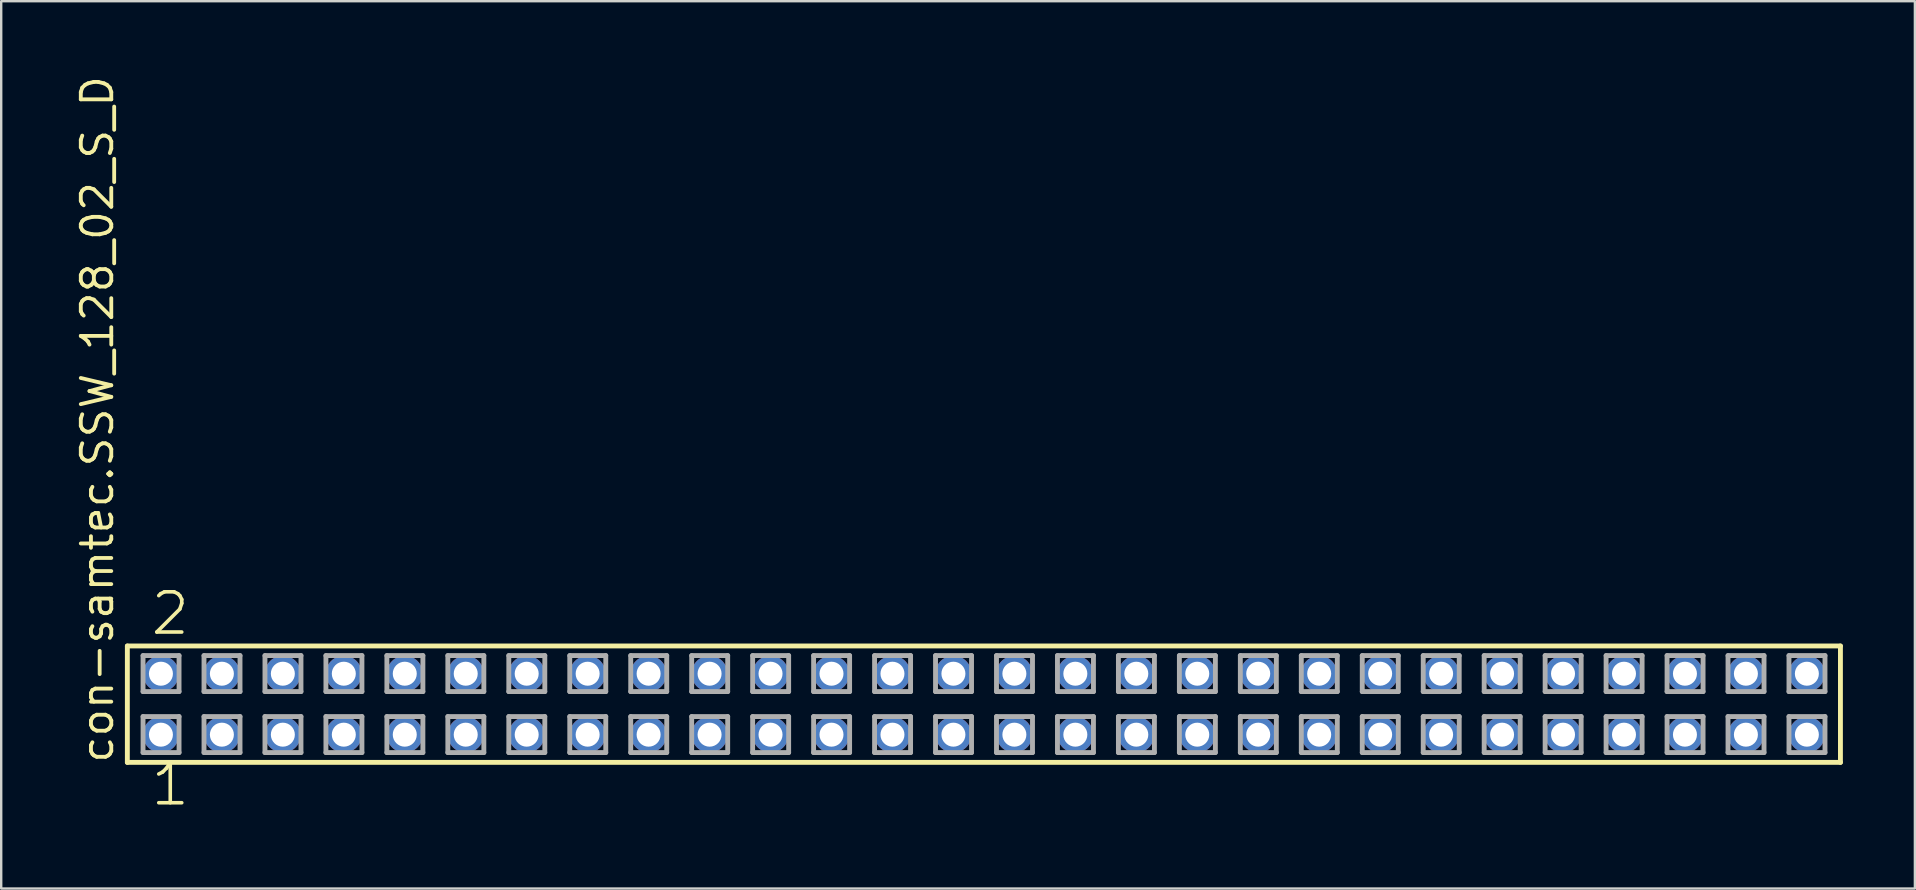
<source format=kicad_pcb>
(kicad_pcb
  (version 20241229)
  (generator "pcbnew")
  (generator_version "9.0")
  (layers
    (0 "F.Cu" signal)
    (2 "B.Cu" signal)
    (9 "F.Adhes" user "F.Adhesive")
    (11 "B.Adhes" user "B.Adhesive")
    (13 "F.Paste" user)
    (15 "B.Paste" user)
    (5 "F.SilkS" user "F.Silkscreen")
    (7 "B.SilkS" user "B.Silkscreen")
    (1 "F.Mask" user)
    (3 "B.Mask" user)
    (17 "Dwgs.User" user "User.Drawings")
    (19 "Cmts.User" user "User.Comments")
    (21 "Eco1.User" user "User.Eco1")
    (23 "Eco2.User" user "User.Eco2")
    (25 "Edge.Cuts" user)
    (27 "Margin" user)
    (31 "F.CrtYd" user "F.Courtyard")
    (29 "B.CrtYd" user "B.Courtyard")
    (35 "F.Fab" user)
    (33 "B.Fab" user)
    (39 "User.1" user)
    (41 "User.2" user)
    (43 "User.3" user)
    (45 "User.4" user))
  (footprint "con-samtec.SSW_128_02_S_D"
    (layer "F.Cu")
    (at 37.945 26.291)
    (property "Reference" "con-samtec.SSW_128_02_S_D" (at -36.195 2.54 90) (layer "F.SilkS") (effects (font (size 1.27 1.27) (thickness 0.16)) (justify left bottom)))
    (attr through_hole)
    (fp_line (start -35.689 -2.425) (end 35.689 -2.425) (stroke (width 0.203) (type default)) (layer "F.SilkS"))
    (fp_line (start -35.689 2.425) (end -35.689 -2.425) (stroke (width 0.203) (type default)) (layer "F.SilkS"))
    (fp_line (start 35.689 -2.425) (end 35.689 2.425) (stroke (width 0.203) (type default)) (layer "F.SilkS"))
    (fp_line (start 35.689 2.425) (end -35.689 2.425) (stroke (width 0.203) (type default)) (layer "F.SilkS"))
    (fp_line (start -35.035 -2.025) (end -33.535 -2.025) (stroke (width 0.203) (type default)) (layer "F.Fab"))
    (fp_line (start -35.035 -0.525) (end -35.035 -2.025) (stroke (width 0.203) (type default)) (layer "F.Fab"))
    (fp_line (start -35.035 0.515) (end -33.535 0.515) (stroke (width 0.203) (type default)) (layer "F.Fab"))
    (fp_line (start -35.035 2.015) (end -35.035 0.515) (stroke (width 0.203) (type default)) (layer "F.Fab"))
    (fp_line (start -33.535 -2.025) (end -33.535 -0.525) (stroke (width 0.203) (type default)) (layer "F.Fab"))
    (fp_line (start -33.535 -0.525) (end -35.035 -0.525) (stroke (width 0.203) (type default)) (layer "F.Fab"))
    (fp_line (start -33.535 0.515) (end -33.535 2.015) (stroke (width 0.203) (type default)) (layer "F.Fab"))
    (fp_line (start -33.535 2.015) (end -35.035 2.015) (stroke (width 0.203) (type default)) (layer "F.Fab"))
    (fp_line (start -32.495 -2.025) (end -30.995 -2.025) (stroke (width 0.203) (type default)) (layer "F.Fab"))
    (fp_line (start -32.495 -0.525) (end -32.495 -2.025) (stroke (width 0.203) (type default)) (layer "F.Fab"))
    (fp_line (start -32.495 0.515) (end -30.995 0.515) (stroke (width 0.203) (type default)) (layer "F.Fab"))
    (fp_line (start -32.495 2.015) (end -32.495 0.515) (stroke (width 0.203) (type default)) (layer "F.Fab"))
    (fp_line (start -30.995 -2.025) (end -30.995 -0.525) (stroke (width 0.203) (type default)) (layer "F.Fab"))
    (fp_line (start -30.995 -0.525) (end -32.495 -0.525) (stroke (width 0.203) (type default)) (layer "F.Fab"))
    (fp_line (start -30.995 0.515) (end -30.995 2.015) (stroke (width 0.203) (type default)) (layer "F.Fab"))
    (fp_line (start -30.995 2.015) (end -32.495 2.015) (stroke (width 0.203) (type default)) (layer "F.Fab"))
    (fp_line (start -29.955 -2.025) (end -28.455 -2.025) (stroke (width 0.203) (type default)) (layer "F.Fab"))
    (fp_line (start -29.955 -0.525) (end -29.955 -2.025) (stroke (width 0.203) (type default)) (layer "F.Fab"))
    (fp_line (start -29.955 0.515) (end -28.455 0.515) (stroke (width 0.203) (type default)) (layer "F.Fab"))
    (fp_line (start -29.955 2.015) (end -29.955 0.515) (stroke (width 0.203) (type default)) (layer "F.Fab"))
    (fp_line (start -28.455 -2.025) (end -28.455 -0.525) (stroke (width 0.203) (type default)) (layer "F.Fab"))
    (fp_line (start -28.455 -0.525) (end -29.955 -0.525) (stroke (width 0.203) (type default)) (layer "F.Fab"))
    (fp_line (start -28.455 0.515) (end -28.455 2.015) (stroke (width 0.203) (type default)) (layer "F.Fab"))
    (fp_line (start -28.455 2.015) (end -29.955 2.015) (stroke (width 0.203) (type default)) (layer "F.Fab"))
    (fp_line (start -27.415 -2.025) (end -25.915 -2.025) (stroke (width 0.203) (type default)) (layer "F.Fab"))
    (fp_line (start -27.415 -0.525) (end -27.415 -2.025) (stroke (width 0.203) (type default)) (layer "F.Fab"))
    (fp_line (start -27.415 0.515) (end -25.915 0.515) (stroke (width 0.203) (type default)) (layer "F.Fab"))
    (fp_line (start -27.415 2.015) (end -27.415 0.515) (stroke (width 0.203) (type default)) (layer "F.Fab"))
    (fp_line (start -25.915 -2.025) (end -25.915 -0.525) (stroke (width 0.203) (type default)) (layer "F.Fab"))
    (fp_line (start -25.915 -0.525) (end -27.415 -0.525) (stroke (width 0.203) (type default)) (layer "F.Fab"))
    (fp_line (start -25.915 0.515) (end -25.915 2.015) (stroke (width 0.203) (type default)) (layer "F.Fab"))
    (fp_line (start -25.915 2.015) (end -27.415 2.015) (stroke (width 0.203) (type default)) (layer "F.Fab"))
    (fp_line (start -24.875 -2.025) (end -23.375 -2.025) (stroke (width 0.203) (type default)) (layer "F.Fab"))
    (fp_line (start -24.875 -0.525) (end -24.875 -2.025) (stroke (width 0.203) (type default)) (layer "F.Fab"))
    (fp_line (start -24.875 0.515) (end -23.375 0.515) (stroke (width 0.203) (type default)) (layer "F.Fab"))
    (fp_line (start -24.875 2.015) (end -24.875 0.515) (stroke (width 0.203) (type default)) (layer "F.Fab"))
    (fp_line (start -23.375 -2.025) (end -23.375 -0.525) (stroke (width 0.203) (type default)) (layer "F.Fab"))
    (fp_line (start -23.375 -0.525) (end -24.875 -0.525) (stroke (width 0.203) (type default)) (layer "F.Fab"))
    (fp_line (start -23.375 0.515) (end -23.375 2.015) (stroke (width 0.203) (type default)) (layer "F.Fab"))
    (fp_line (start -23.375 2.015) (end -24.875 2.015) (stroke (width 0.203) (type default)) (layer "F.Fab"))
    (fp_line (start -22.335 -2.025) (end -20.835 -2.025) (stroke (width 0.203) (type default)) (layer "F.Fab"))
    (fp_line (start -22.335 -0.525) (end -22.335 -2.025) (stroke (width 0.203) (type default)) (layer "F.Fab"))
    (fp_line (start -22.335 0.515) (end -20.835 0.515) (stroke (width 0.203) (type default)) (layer "F.Fab"))
    (fp_line (start -22.335 2.015) (end -22.335 0.515) (stroke (width 0.203) (type default)) (layer "F.Fab"))
    (fp_line (start -20.835 -2.025) (end -20.835 -0.525) (stroke (width 0.203) (type default)) (layer "F.Fab"))
    (fp_line (start -20.835 -0.525) (end -22.335 -0.525) (stroke (width 0.203) (type default)) (layer "F.Fab"))
    (fp_line (start -20.835 0.515) (end -20.835 2.015) (stroke (width 0.203) (type default)) (layer "F.Fab"))
    (fp_line (start -20.835 2.015) (end -22.335 2.015) (stroke (width 0.203) (type default)) (layer "F.Fab"))
    (fp_line (start -19.795 -2.025) (end -18.295 -2.025) (stroke (width 0.203) (type default)) (layer "F.Fab"))
    (fp_line (start -19.795 -0.525) (end -19.795 -2.025) (stroke (width 0.203) (type default)) (layer "F.Fab"))
    (fp_line (start -19.795 0.515) (end -18.295 0.515) (stroke (width 0.203) (type default)) (layer "F.Fab"))
    (fp_line (start -19.795 2.015) (end -19.795 0.515) (stroke (width 0.203) (type default)) (layer "F.Fab"))
    (fp_line (start -18.295 -2.025) (end -18.295 -0.525) (stroke (width 0.203) (type default)) (layer "F.Fab"))
    (fp_line (start -18.295 -0.525) (end -19.795 -0.525) (stroke (width 0.203) (type default)) (layer "F.Fab"))
    (fp_line (start -18.295 0.515) (end -18.295 2.015) (stroke (width 0.203) (type default)) (layer "F.Fab"))
    (fp_line (start -18.295 2.015) (end -19.795 2.015) (stroke (width 0.203) (type default)) (layer "F.Fab"))
    (fp_line (start -17.255 -2.025) (end -15.755 -2.025) (stroke (width 0.203) (type default)) (layer "F.Fab"))
    (fp_line (start -17.255 -0.525) (end -17.255 -2.025) (stroke (width 0.203) (type default)) (layer "F.Fab"))
    (fp_line (start -17.255 0.515) (end -15.755 0.515) (stroke (width 0.203) (type default)) (layer "F.Fab"))
    (fp_line (start -17.255 2.015) (end -17.255 0.515) (stroke (width 0.203) (type default)) (layer "F.Fab"))
    (fp_line (start -15.755 -2.025) (end -15.755 -0.525) (stroke (width 0.203) (type default)) (layer "F.Fab"))
    (fp_line (start -15.755 -0.525) (end -17.255 -0.525) (stroke (width 0.203) (type default)) (layer "F.Fab"))
    (fp_line (start -15.755 0.515) (end -15.755 2.015) (stroke (width 0.203) (type default)) (layer "F.Fab"))
    (fp_line (start -15.755 2.015) (end -17.255 2.015) (stroke (width 0.203) (type default)) (layer "F.Fab"))
    (fp_line (start -14.715 -2.025) (end -13.215 -2.025) (stroke (width 0.203) (type default)) (layer "F.Fab"))
    (fp_line (start -14.715 -0.525) (end -14.715 -2.025) (stroke (width 0.203) (type default)) (layer "F.Fab"))
    (fp_line (start -14.715 0.515) (end -13.215 0.515) (stroke (width 0.203) (type default)) (layer "F.Fab"))
    (fp_line (start -14.715 2.015) (end -14.715 0.515) (stroke (width 0.203) (type default)) (layer "F.Fab"))
    (fp_line (start -13.215 -2.025) (end -13.215 -0.525) (stroke (width 0.203) (type default)) (layer "F.Fab"))
    (fp_line (start -13.215 -0.525) (end -14.715 -0.525) (stroke (width 0.203) (type default)) (layer "F.Fab"))
    (fp_line (start -13.215 0.515) (end -13.215 2.015) (stroke (width 0.203) (type default)) (layer "F.Fab"))
    (fp_line (start -13.215 2.015) (end -14.715 2.015) (stroke (width 0.203) (type default)) (layer "F.Fab"))
    (fp_line (start -12.175 -2.025) (end -10.675 -2.025) (stroke (width 0.203) (type default)) (layer "F.Fab"))
    (fp_line (start -12.175 -0.525) (end -12.175 -2.025) (stroke (width 0.203) (type default)) (layer "F.Fab"))
    (fp_line (start -12.175 0.515) (end -10.675 0.515) (stroke (width 0.203) (type default)) (layer "F.Fab"))
    (fp_line (start -12.175 2.015) (end -12.175 0.515) (stroke (width 0.203) (type default)) (layer "F.Fab"))
    (fp_line (start -10.675 -2.025) (end -10.675 -0.525) (stroke (width 0.203) (type default)) (layer "F.Fab"))
    (fp_line (start -10.675 -0.525) (end -12.175 -0.525) (stroke (width 0.203) (type default)) (layer "F.Fab"))
    (fp_line (start -10.675 0.515) (end -10.675 2.015) (stroke (width 0.203) (type default)) (layer "F.Fab"))
    (fp_line (start -10.675 2.015) (end -12.175 2.015) (stroke (width 0.203) (type default)) (layer "F.Fab"))
    (fp_line (start -9.635 -2.025) (end -8.135 -2.025) (stroke (width 0.203) (type default)) (layer "F.Fab"))
    (fp_line (start -9.635 -0.525) (end -9.635 -2.025) (stroke (width 0.203) (type default)) (layer "F.Fab"))
    (fp_line (start -9.635 0.515) (end -8.135 0.515) (stroke (width 0.203) (type default)) (layer "F.Fab"))
    (fp_line (start -9.635 2.015) (end -9.635 0.515) (stroke (width 0.203) (type default)) (layer "F.Fab"))
    (fp_line (start -8.135 -2.025) (end -8.135 -0.525) (stroke (width 0.203) (type default)) (layer "F.Fab"))
    (fp_line (start -8.135 -0.525) (end -9.635 -0.525) (stroke (width 0.203) (type default)) (layer "F.Fab"))
    (fp_line (start -8.135 0.515) (end -8.135 2.015) (stroke (width 0.203) (type default)) (layer "F.Fab"))
    (fp_line (start -8.135 2.015) (end -9.635 2.015) (stroke (width 0.203) (type default)) (layer "F.Fab"))
    (fp_line (start -7.095 -2.025) (end -5.595 -2.025) (stroke (width 0.203) (type default)) (layer "F.Fab"))
    (fp_line (start -7.095 -0.525) (end -7.095 -2.025) (stroke (width 0.203) (type default)) (layer "F.Fab"))
    (fp_line (start -7.095 0.515) (end -5.595 0.515) (stroke (width 0.203) (type default)) (layer "F.Fab"))
    (fp_line (start -7.095 2.015) (end -7.095 0.515) (stroke (width 0.203) (type default)) (layer "F.Fab"))
    (fp_line (start -5.595 -2.025) (end -5.595 -0.525) (stroke (width 0.203) (type default)) (layer "F.Fab"))
    (fp_line (start -5.595 -0.525) (end -7.095 -0.525) (stroke (width 0.203) (type default)) (layer "F.Fab"))
    (fp_line (start -5.595 0.515) (end -5.595 2.015) (stroke (width 0.203) (type default)) (layer "F.Fab"))
    (fp_line (start -5.595 2.015) (end -7.095 2.015) (stroke (width 0.203) (type default)) (layer "F.Fab"))
    (fp_line (start -4.555 -2.025) (end -3.055 -2.025) (stroke (width 0.203) (type default)) (layer "F.Fab"))
    (fp_line (start -4.555 -0.525) (end -4.555 -2.025) (stroke (width 0.203) (type default)) (layer "F.Fab"))
    (fp_line (start -4.555 0.515) (end -3.055 0.515) (stroke (width 0.203) (type default)) (layer "F.Fab"))
    (fp_line (start -4.555 2.015) (end -4.555 0.515) (stroke (width 0.203) (type default)) (layer "F.Fab"))
    (fp_line (start -3.055 -2.025) (end -3.055 -0.525) (stroke (width 0.203) (type default)) (layer "F.Fab"))
    (fp_line (start -3.055 -0.525) (end -4.555 -0.525) (stroke (width 0.203) (type default)) (layer "F.Fab"))
    (fp_line (start -3.055 0.515) (end -3.055 2.015) (stroke (width 0.203) (type default)) (layer "F.Fab"))
    (fp_line (start -3.055 2.015) (end -4.555 2.015) (stroke (width 0.203) (type default)) (layer "F.Fab"))
    (fp_line (start -2.015 -2.025) (end -0.515 -2.025) (stroke (width 0.203) (type default)) (layer "F.Fab"))
    (fp_line (start -2.015 -0.525) (end -2.015 -2.025) (stroke (width 0.203) (type default)) (layer "F.Fab"))
    (fp_line (start -2.015 0.515) (end -0.515 0.515) (stroke (width 0.203) (type default)) (layer "F.Fab"))
    (fp_line (start -2.015 2.015) (end -2.015 0.515) (stroke (width 0.203) (type default)) (layer "F.Fab"))
    (fp_line (start -0.515 -2.025) (end -0.515 -0.525) (stroke (width 0.203) (type default)) (layer "F.Fab"))
    (fp_line (start -0.515 -0.525) (end -2.015 -0.525) (stroke (width 0.203) (type default)) (layer "F.Fab"))
    (fp_line (start -0.515 0.515) (end -0.515 2.015) (stroke (width 0.203) (type default)) (layer "F.Fab"))
    (fp_line (start -0.515 2.015) (end -2.015 2.015) (stroke (width 0.203) (type default)) (layer "F.Fab"))
    (fp_line (start 0.525 -2.025) (end 2.025 -2.025) (stroke (width 0.203) (type default)) (layer "F.Fab"))
    (fp_line (start 0.525 -0.525) (end 0.525 -2.025) (stroke (width 0.203) (type default)) (layer "F.Fab"))
    (fp_line (start 0.525 0.515) (end 2.025 0.515) (stroke (width 0.203) (type default)) (layer "F.Fab"))
    (fp_line (start 0.525 2.015) (end 0.525 0.515) (stroke (width 0.203) (type default)) (layer "F.Fab"))
    (fp_line (start 2.025 -2.025) (end 2.025 -0.525) (stroke (width 0.203) (type default)) (layer "F.Fab"))
    (fp_line (start 2.025 -0.525) (end 0.525 -0.525) (stroke (width 0.203) (type default)) (layer "F.Fab"))
    (fp_line (start 2.025 0.515) (end 2.025 2.015) (stroke (width 0.203) (type default)) (layer "F.Fab"))
    (fp_line (start 2.025 2.015) (end 0.525 2.015) (stroke (width 0.203) (type default)) (layer "F.Fab"))
    (fp_line (start 3.065 -2.025) (end 4.565 -2.025) (stroke (width 0.203) (type default)) (layer "F.Fab"))
    (fp_line (start 3.065 -0.525) (end 3.065 -2.025) (stroke (width 0.203) (type default)) (layer "F.Fab"))
    (fp_line (start 3.065 0.515) (end 4.565 0.515) (stroke (width 0.203) (type default)) (layer "F.Fab"))
    (fp_line (start 3.065 2.015) (end 3.065 0.515) (stroke (width 0.203) (type default)) (layer "F.Fab"))
    (fp_line (start 4.565 -2.025) (end 4.565 -0.525) (stroke (width 0.203) (type default)) (layer "F.Fab"))
    (fp_line (start 4.565 -0.525) (end 3.065 -0.525) (stroke (width 0.203) (type default)) (layer "F.Fab"))
    (fp_line (start 4.565 0.515) (end 4.565 2.015) (stroke (width 0.203) (type default)) (layer "F.Fab"))
    (fp_line (start 4.565 2.015) (end 3.065 2.015) (stroke (width 0.203) (type default)) (layer "F.Fab"))
    (fp_line (start 5.605 -2.025) (end 7.105 -2.025) (stroke (width 0.203) (type default)) (layer "F.Fab"))
    (fp_line (start 5.605 -0.525) (end 5.605 -2.025) (stroke (width 0.203) (type default)) (layer "F.Fab"))
    (fp_line (start 5.605 0.515) (end 7.105 0.515) (stroke (width 0.203) (type default)) (layer "F.Fab"))
    (fp_line (start 5.605 2.015) (end 5.605 0.515) (stroke (width 0.203) (type default)) (layer "F.Fab"))
    (fp_line (start 7.105 -2.025) (end 7.105 -0.525) (stroke (width 0.203) (type default)) (layer "F.Fab"))
    (fp_line (start 7.105 -0.525) (end 5.605 -0.525) (stroke (width 0.203) (type default)) (layer "F.Fab"))
    (fp_line (start 7.105 0.515) (end 7.105 2.015) (stroke (width 0.203) (type default)) (layer "F.Fab"))
    (fp_line (start 7.105 2.015) (end 5.605 2.015) (stroke (width 0.203) (type default)) (layer "F.Fab"))
    (fp_line (start 8.145 -2.025) (end 9.645 -2.025) (stroke (width 0.203) (type default)) (layer "F.Fab"))
    (fp_line (start 8.145 -0.525) (end 8.145 -2.025) (stroke (width 0.203) (type default)) (layer "F.Fab"))
    (fp_line (start 8.145 0.515) (end 9.645 0.515) (stroke (width 0.203) (type default)) (layer "F.Fab"))
    (fp_line (start 8.145 2.015) (end 8.145 0.515) (stroke (width 0.203) (type default)) (layer "F.Fab"))
    (fp_line (start 9.645 -2.025) (end 9.645 -0.525) (stroke (width 0.203) (type default)) (layer "F.Fab"))
    (fp_line (start 9.645 -0.525) (end 8.145 -0.525) (stroke (width 0.203) (type default)) (layer "F.Fab"))
    (fp_line (start 9.645 0.515) (end 9.645 2.015) (stroke (width 0.203) (type default)) (layer "F.Fab"))
    (fp_line (start 9.645 2.015) (end 8.145 2.015) (stroke (width 0.203) (type default)) (layer "F.Fab"))
    (fp_line (start 10.685 -2.025) (end 12.185 -2.025) (stroke (width 0.203) (type default)) (layer "F.Fab"))
    (fp_line (start 10.685 -0.525) (end 10.685 -2.025) (stroke (width 0.203) (type default)) (layer "F.Fab"))
    (fp_line (start 10.685 0.515) (end 12.185 0.515) (stroke (width 0.203) (type default)) (layer "F.Fab"))
    (fp_line (start 10.685 2.015) (end 10.685 0.515) (stroke (width 0.203) (type default)) (layer "F.Fab"))
    (fp_line (start 12.185 -2.025) (end 12.185 -0.525) (stroke (width 0.203) (type default)) (layer "F.Fab"))
    (fp_line (start 12.185 -0.525) (end 10.685 -0.525) (stroke (width 0.203) (type default)) (layer "F.Fab"))
    (fp_line (start 12.185 0.515) (end 12.185 2.015) (stroke (width 0.203) (type default)) (layer "F.Fab"))
    (fp_line (start 12.185 2.015) (end 10.685 2.015) (stroke (width 0.203) (type default)) (layer "F.Fab"))
    (fp_line (start 13.225 -2.025) (end 14.725 -2.025) (stroke (width 0.203) (type default)) (layer "F.Fab"))
    (fp_line (start 13.225 -0.525) (end 13.225 -2.025) (stroke (width 0.203) (type default)) (layer "F.Fab"))
    (fp_line (start 13.225 0.515) (end 14.725 0.515) (stroke (width 0.203) (type default)) (layer "F.Fab"))
    (fp_line (start 13.225 2.015) (end 13.225 0.515) (stroke (width 0.203) (type default)) (layer "F.Fab"))
    (fp_line (start 14.725 -2.025) (end 14.725 -0.525) (stroke (width 0.203) (type default)) (layer "F.Fab"))
    (fp_line (start 14.725 -0.525) (end 13.225 -0.525) (stroke (width 0.203) (type default)) (layer "F.Fab"))
    (fp_line (start 14.725 0.515) (end 14.725 2.015) (stroke (width 0.203) (type default)) (layer "F.Fab"))
    (fp_line (start 14.725 2.015) (end 13.225 2.015) (stroke (width 0.203) (type default)) (layer "F.Fab"))
    (fp_line (start 15.765 -2.025) (end 17.265 -2.025) (stroke (width 0.203) (type default)) (layer "F.Fab"))
    (fp_line (start 15.765 -0.525) (end 15.765 -2.025) (stroke (width 0.203) (type default)) (layer "F.Fab"))
    (fp_line (start 15.765 0.515) (end 17.265 0.515) (stroke (width 0.203) (type default)) (layer "F.Fab"))
    (fp_line (start 15.765 2.015) (end 15.765 0.515) (stroke (width 0.203) (type default)) (layer "F.Fab"))
    (fp_line (start 17.265 -2.025) (end 17.265 -0.525) (stroke (width 0.203) (type default)) (layer "F.Fab"))
    (fp_line (start 17.265 -0.525) (end 15.765 -0.525) (stroke (width 0.203) (type default)) (layer "F.Fab"))
    (fp_line (start 17.265 0.515) (end 17.265 2.015) (stroke (width 0.203) (type default)) (layer "F.Fab"))
    (fp_line (start 17.265 2.015) (end 15.765 2.015) (stroke (width 0.203) (type default)) (layer "F.Fab"))
    (fp_line (start 18.305 -2.025) (end 19.805 -2.025) (stroke (width 0.203) (type default)) (layer "F.Fab"))
    (fp_line (start 18.305 -0.525) (end 18.305 -2.025) (stroke (width 0.203) (type default)) (layer "F.Fab"))
    (fp_line (start 18.305 0.515) (end 19.805 0.515) (stroke (width 0.203) (type default)) (layer "F.Fab"))
    (fp_line (start 18.305 2.015) (end 18.305 0.515) (stroke (width 0.203) (type default)) (layer "F.Fab"))
    (fp_line (start 19.805 -2.025) (end 19.805 -0.525) (stroke (width 0.203) (type default)) (layer "F.Fab"))
    (fp_line (start 19.805 -0.525) (end 18.305 -0.525) (stroke (width 0.203) (type default)) (layer "F.Fab"))
    (fp_line (start 19.805 0.515) (end 19.805 2.015) (stroke (width 0.203) (type default)) (layer "F.Fab"))
    (fp_line (start 19.805 2.015) (end 18.305 2.015) (stroke (width 0.203) (type default)) (layer "F.Fab"))
    (fp_line (start 20.845 -2.025) (end 22.345 -2.025) (stroke (width 0.203) (type default)) (layer "F.Fab"))
    (fp_line (start 20.845 -0.525) (end 20.845 -2.025) (stroke (width 0.203) (type default)) (layer "F.Fab"))
    (fp_line (start 20.845 0.515) (end 22.345 0.515) (stroke (width 0.203) (type default)) (layer "F.Fab"))
    (fp_line (start 20.845 2.015) (end 20.845 0.515) (stroke (width 0.203) (type default)) (layer "F.Fab"))
    (fp_line (start 22.345 -2.025) (end 22.345 -0.525) (stroke (width 0.203) (type default)) (layer "F.Fab"))
    (fp_line (start 22.345 -0.525) (end 20.845 -0.525) (stroke (width 0.203) (type default)) (layer "F.Fab"))
    (fp_line (start 22.345 0.515) (end 22.345 2.015) (stroke (width 0.203) (type default)) (layer "F.Fab"))
    (fp_line (start 22.345 2.015) (end 20.845 2.015) (stroke (width 0.203) (type default)) (layer "F.Fab"))
    (fp_line (start 23.385 -2.025) (end 24.885 -2.025) (stroke (width 0.203) (type default)) (layer "F.Fab"))
    (fp_line (start 23.385 -0.525) (end 23.385 -2.025) (stroke (width 0.203) (type default)) (layer "F.Fab"))
    (fp_line (start 23.385 0.515) (end 24.885 0.515) (stroke (width 0.203) (type default)) (layer "F.Fab"))
    (fp_line (start 23.385 2.015) (end 23.385 0.515) (stroke (width 0.203) (type default)) (layer "F.Fab"))
    (fp_line (start 24.885 -2.025) (end 24.885 -0.525) (stroke (width 0.203) (type default)) (layer "F.Fab"))
    (fp_line (start 24.885 -0.525) (end 23.385 -0.525) (stroke (width 0.203) (type default)) (layer "F.Fab"))
    (fp_line (start 24.885 0.515) (end 24.885 2.015) (stroke (width 0.203) (type default)) (layer "F.Fab"))
    (fp_line (start 24.885 2.015) (end 23.385 2.015) (stroke (width 0.203) (type default)) (layer "F.Fab"))
    (fp_line (start 25.925 -2.025) (end 27.425 -2.025) (stroke (width 0.203) (type default)) (layer "F.Fab"))
    (fp_line (start 25.925 -0.525) (end 25.925 -2.025) (stroke (width 0.203) (type default)) (layer "F.Fab"))
    (fp_line (start 25.925 0.515) (end 27.425 0.515) (stroke (width 0.203) (type default)) (layer "F.Fab"))
    (fp_line (start 25.925 2.015) (end 25.925 0.515) (stroke (width 0.203) (type default)) (layer "F.Fab"))
    (fp_line (start 27.425 -2.025) (end 27.425 -0.525) (stroke (width 0.203) (type default)) (layer "F.Fab"))
    (fp_line (start 27.425 -0.525) (end 25.925 -0.525) (stroke (width 0.203) (type default)) (layer "F.Fab"))
    (fp_line (start 27.425 0.515) (end 27.425 2.015) (stroke (width 0.203) (type default)) (layer "F.Fab"))
    (fp_line (start 27.425 2.015) (end 25.925 2.015) (stroke (width 0.203) (type default)) (layer "F.Fab"))
    (fp_line (start 28.465 -2.025) (end 29.965 -2.025) (stroke (width 0.203) (type default)) (layer "F.Fab"))
    (fp_line (start 28.465 -0.525) (end 28.465 -2.025) (stroke (width 0.203) (type default)) (layer "F.Fab"))
    (fp_line (start 28.465 0.515) (end 29.965 0.515) (stroke (width 0.203) (type default)) (layer "F.Fab"))
    (fp_line (start 28.465 2.015) (end 28.465 0.515) (stroke (width 0.203) (type default)) (layer "F.Fab"))
    (fp_line (start 29.965 -2.025) (end 29.965 -0.525) (stroke (width 0.203) (type default)) (layer "F.Fab"))
    (fp_line (start 29.965 -0.525) (end 28.465 -0.525) (stroke (width 0.203) (type default)) (layer "F.Fab"))
    (fp_line (start 29.965 0.515) (end 29.965 2.015) (stroke (width 0.203) (type default)) (layer "F.Fab"))
    (fp_line (start 29.965 2.015) (end 28.465 2.015) (stroke (width 0.203) (type default)) (layer "F.Fab"))
    (fp_line (start 31.005 -2.025) (end 32.505 -2.025) (stroke (width 0.203) (type default)) (layer "F.Fab"))
    (fp_line (start 31.005 -0.525) (end 31.005 -2.025) (stroke (width 0.203) (type default)) (layer "F.Fab"))
    (fp_line (start 31.005 0.515) (end 32.505 0.515) (stroke (width 0.203) (type default)) (layer "F.Fab"))
    (fp_line (start 31.005 2.015) (end 31.005 0.515) (stroke (width 0.203) (type default)) (layer "F.Fab"))
    (fp_line (start 32.505 -2.025) (end 32.505 -0.525) (stroke (width 0.203) (type default)) (layer "F.Fab"))
    (fp_line (start 32.505 -0.525) (end 31.005 -0.525) (stroke (width 0.203) (type default)) (layer "F.Fab"))
    (fp_line (start 32.505 0.515) (end 32.505 2.015) (stroke (width 0.203) (type default)) (layer "F.Fab"))
    (fp_line (start 32.505 2.015) (end 31.005 2.015) (stroke (width 0.203) (type default)) (layer "F.Fab"))
    (fp_line (start 33.545 -2.025) (end 35.045 -2.025) (stroke (width 0.203) (type default)) (layer "F.Fab"))
    (fp_line (start 33.545 -0.525) (end 33.545 -2.025) (stroke (width 0.203) (type default)) (layer "F.Fab"))
    (fp_line (start 33.545 0.515) (end 35.045 0.515) (stroke (width 0.203) (type default)) (layer "F.Fab"))
    (fp_line (start 33.545 2.015) (end 33.545 0.515) (stroke (width 0.203) (type default)) (layer "F.Fab"))
    (fp_line (start 35.045 -2.025) (end 35.045 -0.525) (stroke (width 0.203) (type default)) (layer "F.Fab"))
    (fp_line (start 35.045 -0.525) (end 33.545 -0.525) (stroke (width 0.203) (type default)) (layer "F.Fab"))
    (fp_line (start 35.045 0.515) (end 35.045 2.015) (stroke (width 0.203) (type default)) (layer "F.Fab"))
    (fp_line (start 35.045 2.015) (end 33.545 2.015) (stroke (width 0.203) (type default)) (layer "F.Fab"))
    (fp_text user "1" (at -34.798 4.318 0) (layer "F.SilkS") (effects (font (size 1.676 1.676) (thickness 0.15)) (justify left bottom)))
    (fp_text user "2" (at -34.798 -2.794 0) (layer "F.SilkS") (effects (font (size 1.676 1.676) (thickness 0.15)) (justify left bottom)))
    (pad "1" thru_hole circle (at -34.29 1.27) (size 1.5 1.5) (drill 1) (layers "*.Cu" "*.Mask"))
    (pad "2" thru_hole circle (at -34.29 -1.27) (size 1.5 1.5) (drill 1) (layers "*.Cu" "*.Mask"))
    (pad "3" thru_hole circle (at -31.75 1.27) (size 1.5 1.5) (drill 1) (layers "*.Cu" "*.Mask"))
    (pad "4" thru_hole circle (at -31.75 -1.27) (size 1.5 1.5) (drill 1) (layers "*.Cu" "*.Mask"))
    (pad "5" thru_hole circle (at -29.21 1.27) (size 1.5 1.5) (drill 1) (layers "*.Cu" "*.Mask"))
    (pad "6" thru_hole circle (at -29.21 -1.27) (size 1.5 1.5) (drill 1) (layers "*.Cu" "*.Mask"))
    (pad "7" thru_hole circle (at -26.67 1.27) (size 1.5 1.5) (drill 1) (layers "*.Cu" "*.Mask"))
    (pad "8" thru_hole circle (at -26.67 -1.27) (size 1.5 1.5) (drill 1) (layers "*.Cu" "*.Mask"))
    (pad "9" thru_hole circle (at -24.13 1.27) (size 1.5 1.5) (drill 1) (layers "*.Cu" "*.Mask"))
    (pad "10" thru_hole circle (at -24.13 -1.27) (size 1.5 1.5) (drill 1) (layers "*.Cu" "*.Mask"))
    (pad "11" thru_hole circle (at -21.59 1.27) (size 1.5 1.5) (drill 1) (layers "*.Cu" "*.Mask"))
    (pad "12" thru_hole circle (at -21.59 -1.27) (size 1.5 1.5) (drill 1) (layers "*.Cu" "*.Mask"))
    (pad "13" thru_hole circle (at -19.05 1.27) (size 1.5 1.5) (drill 1) (layers "*.Cu" "*.Mask"))
    (pad "14" thru_hole circle (at -19.05 -1.27) (size 1.5 1.5) (drill 1) (layers "*.Cu" "*.Mask"))
    (pad "15" thru_hole circle (at -16.51 1.27) (size 1.5 1.5) (drill 1) (layers "*.Cu" "*.Mask"))
    (pad "16" thru_hole circle (at -16.51 -1.27) (size 1.5 1.5) (drill 1) (layers "*.Cu" "*.Mask"))
    (pad "17" thru_hole circle (at -13.97 1.27) (size 1.5 1.5) (drill 1) (layers "*.Cu" "*.Mask"))
    (pad "18" thru_hole circle (at -13.97 -1.27) (size 1.5 1.5) (drill 1) (layers "*.Cu" "*.Mask"))
    (pad "19" thru_hole circle (at -11.43 1.27) (size 1.5 1.5) (drill 1) (layers "*.Cu" "*.Mask"))
    (pad "20" thru_hole circle (at -11.43 -1.27) (size 1.5 1.5) (drill 1) (layers "*.Cu" "*.Mask"))
    (pad "21" thru_hole circle (at -8.89 1.27) (size 1.5 1.5) (drill 1) (layers "*.Cu" "*.Mask"))
    (pad "22" thru_hole circle (at -8.89 -1.27) (size 1.5 1.5) (drill 1) (layers "*.Cu" "*.Mask"))
    (pad "23" thru_hole circle (at -6.35 1.27) (size 1.5 1.5) (drill 1) (layers "*.Cu" "*.Mask"))
    (pad "24" thru_hole circle (at -6.35 -1.27) (size 1.5 1.5) (drill 1) (layers "*.Cu" "*.Mask"))
    (pad "25" thru_hole circle (at -3.81 1.27) (size 1.5 1.5) (drill 1) (layers "*.Cu" "*.Mask"))
    (pad "26" thru_hole circle (at -3.81 -1.27) (size 1.5 1.5) (drill 1) (layers "*.Cu" "*.Mask"))
    (pad "27" thru_hole circle (at -1.27 1.27) (size 1.5 1.5) (drill 1) (layers "*.Cu" "*.Mask"))
    (pad "28" thru_hole circle (at -1.27 -1.27) (size 1.5 1.5) (drill 1) (layers "*.Cu" "*.Mask"))
    (pad "29" thru_hole circle (at 1.27 1.27) (size 1.5 1.5) (drill 1) (layers "*.Cu" "*.Mask"))
    (pad "30" thru_hole circle (at 1.27 -1.27) (size 1.5 1.5) (drill 1) (layers "*.Cu" "*.Mask"))
    (pad "31" thru_hole circle (at 3.81 1.27) (size 1.5 1.5) (drill 1) (layers "*.Cu" "*.Mask"))
    (pad "32" thru_hole circle (at 3.81 -1.27) (size 1.5 1.5) (drill 1) (layers "*.Cu" "*.Mask"))
    (pad "33" thru_hole circle (at 6.35 1.27) (size 1.5 1.5) (drill 1) (layers "*.Cu" "*.Mask"))
    (pad "34" thru_hole circle (at 6.35 -1.27) (size 1.5 1.5) (drill 1) (layers "*.Cu" "*.Mask"))
    (pad "35" thru_hole circle (at 8.89 1.27) (size 1.5 1.5) (drill 1) (layers "*.Cu" "*.Mask"))
    (pad "36" thru_hole circle (at 8.89 -1.27) (size 1.5 1.5) (drill 1) (layers "*.Cu" "*.Mask"))
    (pad "37" thru_hole circle (at 11.43 1.27) (size 1.5 1.5) (drill 1) (layers "*.Cu" "*.Mask"))
    (pad "38" thru_hole circle (at 11.43 -1.27) (size 1.5 1.5) (drill 1) (layers "*.Cu" "*.Mask"))
    (pad "39" thru_hole circle (at 13.97 1.27) (size 1.5 1.5) (drill 1) (layers "*.Cu" "*.Mask"))
    (pad "40" thru_hole circle (at 13.97 -1.27) (size 1.5 1.5) (drill 1) (layers "*.Cu" "*.Mask"))
    (pad "41" thru_hole circle (at 16.51 1.27) (size 1.5 1.5) (drill 1) (layers "*.Cu" "*.Mask"))
    (pad "42" thru_hole circle (at 16.51 -1.27) (size 1.5 1.5) (drill 1) (layers "*.Cu" "*.Mask"))
    (pad "43" thru_hole circle (at 19.05 1.27) (size 1.5 1.5) (drill 1) (layers "*.Cu" "*.Mask"))
    (pad "44" thru_hole circle (at 19.05 -1.27) (size 1.5 1.5) (drill 1) (layers "*.Cu" "*.Mask"))
    (pad "45" thru_hole circle (at 21.59 1.27) (size 1.5 1.5) (drill 1) (layers "*.Cu" "*.Mask"))
    (pad "46" thru_hole circle (at 21.59 -1.27) (size 1.5 1.5) (drill 1) (layers "*.Cu" "*.Mask"))
    (pad "47" thru_hole circle (at 24.13 1.27) (size 1.5 1.5) (drill 1) (layers "*.Cu" "*.Mask"))
    (pad "48" thru_hole circle (at 24.13 -1.27) (size 1.5 1.5) (drill 1) (layers "*.Cu" "*.Mask"))
    (pad "49" thru_hole circle (at 26.67 1.27) (size 1.5 1.5) (drill 1) (layers "*.Cu" "*.Mask"))
    (pad "50" thru_hole circle (at 26.67 -1.27) (size 1.5 1.5) (drill 1) (layers "*.Cu" "*.Mask"))
    (pad "51" thru_hole circle (at 29.21 1.27) (size 1.5 1.5) (drill 1) (layers "*.Cu" "*.Mask"))
    (pad "52" thru_hole circle (at 29.21 -1.27) (size 1.5 1.5) (drill 1) (layers "*.Cu" "*.Mask"))
    (pad "53" thru_hole circle (at 31.75 1.27) (size 1.5 1.5) (drill 1) (layers "*.Cu" "*.Mask"))
    (pad "54" thru_hole circle (at 31.75 -1.27) (size 1.5 1.5) (drill 1) (layers "*.Cu" "*.Mask"))
    (pad "55" thru_hole circle (at 34.29 1.27) (size 1.5 1.5) (drill 1) (layers "*.Cu" "*.Mask"))
    (pad "56" thru_hole circle (at 34.29 -1.27) (size 1.5 1.5) (drill 1) (layers "*.Cu" "*.Mask")))
  (gr_rect
    (start -3 -3)
    (end 76.736 33.971)
    (stroke (width 0.1) (type default))
    (fill no)
    (layer "Edge.Cuts")))
</source>
